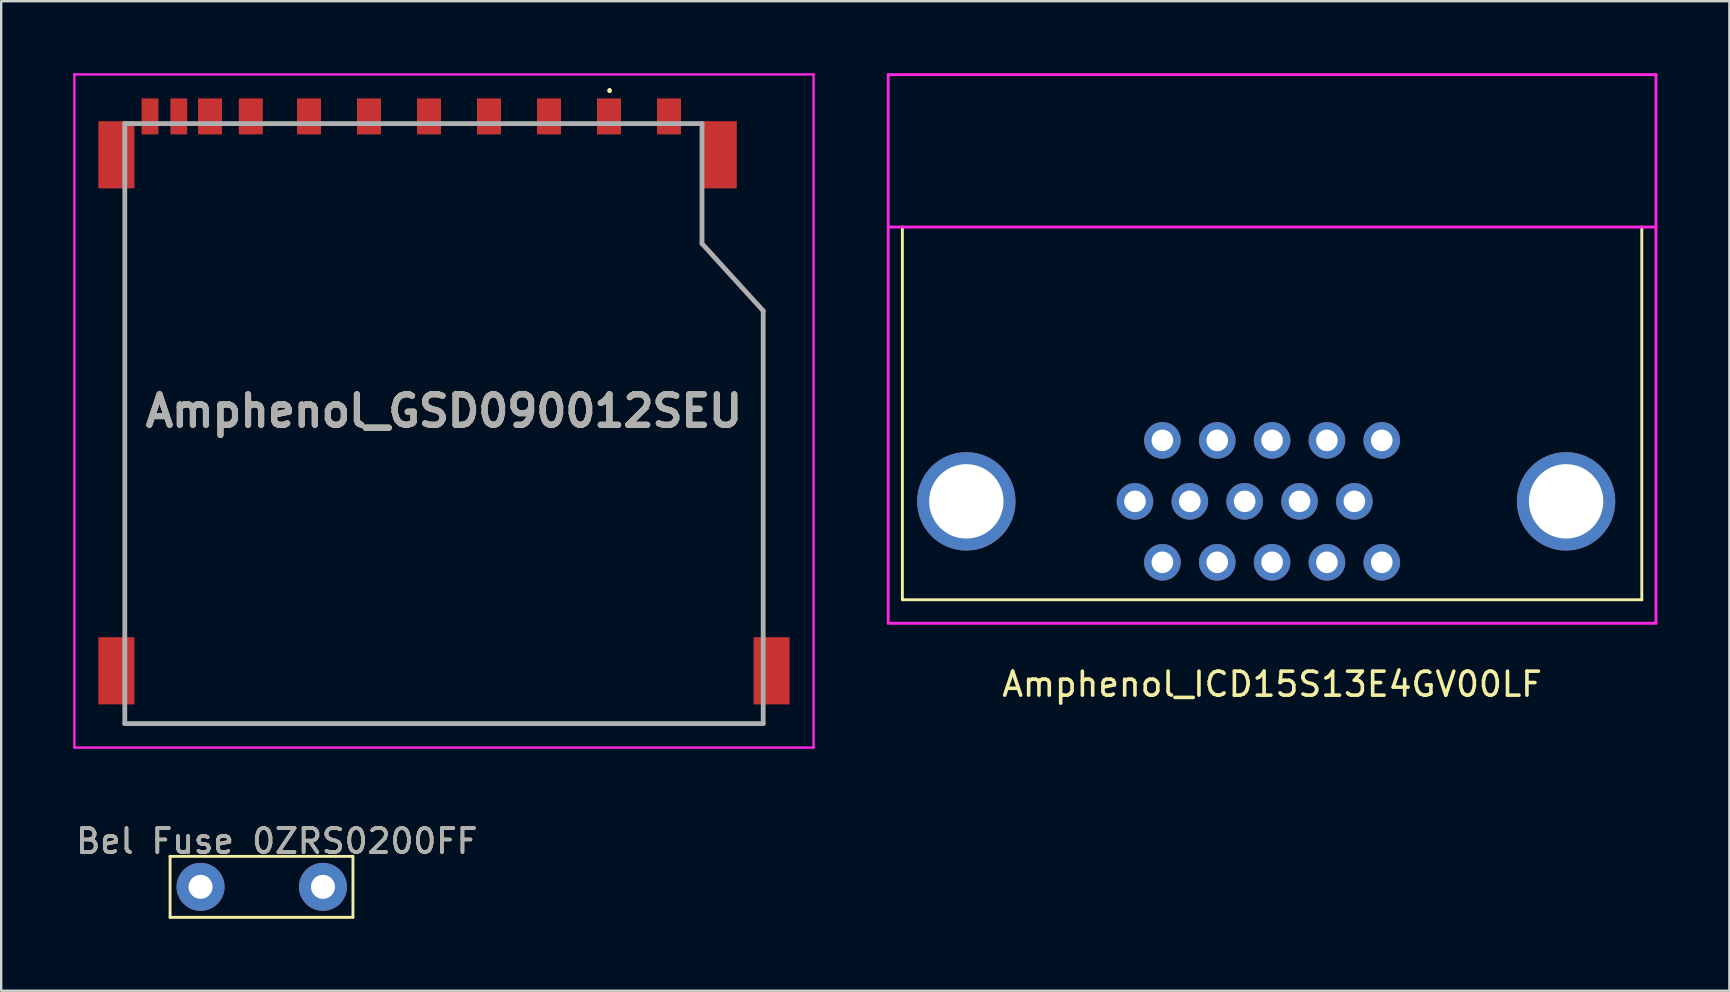
<source format=kicad_pcb>
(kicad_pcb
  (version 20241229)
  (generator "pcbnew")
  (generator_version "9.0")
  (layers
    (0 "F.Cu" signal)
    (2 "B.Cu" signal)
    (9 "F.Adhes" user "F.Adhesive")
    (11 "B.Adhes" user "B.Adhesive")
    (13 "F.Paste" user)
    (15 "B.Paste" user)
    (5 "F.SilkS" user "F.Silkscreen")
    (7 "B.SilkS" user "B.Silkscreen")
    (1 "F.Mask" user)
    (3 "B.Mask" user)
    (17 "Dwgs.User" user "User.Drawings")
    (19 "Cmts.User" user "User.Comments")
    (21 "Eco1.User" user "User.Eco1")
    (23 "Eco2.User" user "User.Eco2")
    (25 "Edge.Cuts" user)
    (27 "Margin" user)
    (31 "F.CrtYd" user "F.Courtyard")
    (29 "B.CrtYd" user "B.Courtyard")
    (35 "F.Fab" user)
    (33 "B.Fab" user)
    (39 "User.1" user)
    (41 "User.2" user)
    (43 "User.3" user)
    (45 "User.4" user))
  (footprint "Amphenol_GSD090012SEU"
    (layer "F.Cu")
    (at 15.45 14.075)
    (property "Reference" "Amphenol_GSD090012SEU" (at 0 0 0) (layer "F.SilkS") (effects (font (size 1.27 1.27) (thickness 0.254))))
    (attr through_hole)
    (fp_line (start -13.3 8.525) (end -13.3 -8.475) (stroke (width 0.1) (type solid)) (layer "F.SilkS"))
    (fp_line (start -13.3 13.025) (end -13.3 12.525) (stroke (width 0.1) (type solid)) (layer "F.SilkS"))
    (fp_line (start 6.9 -13.4) (end 6.9 -13.4) (stroke (width 0.1) (type solid)) (layer "F.SilkS"))
    (fp_line (start 6.9 -13.3) (end 6.9 -13.3) (stroke (width 0.1) (type solid)) (layer "F.SilkS"))
    (fp_line (start 10.75 -8.475) (end 10.75 -6.975) (stroke (width 0.1) (type solid)) (layer "F.SilkS"))
    (fp_line (start 10.75 -6.975) (end 13.3 -4.175) (stroke (width 0.1) (type solid)) (layer "F.SilkS"))
    (fp_line (start 13.3 -4.175) (end 13.3 8.525) (stroke (width 0.1) (type solid)) (layer "F.SilkS"))
    (fp_line (start 13.3 12.525) (end 13.3 13.025) (stroke (width 0.1) (type solid)) (layer "F.SilkS"))
    (fp_line (start 13.3 13.025) (end -13.3 13.025) (stroke (width 0.1) (type solid)) (layer "F.SilkS"))
    (fp_arc (start 6.9 -13.4) (mid 6.95 -13.35) (end 6.9 -13.3) (stroke (width 0.1) (type solid)) (layer "F.SilkS"))
    (fp_arc (start 6.9 -13.3) (mid 6.85 -13.35) (end 6.9 -13.4) (stroke (width 0.1) (type solid)) (layer "F.SilkS"))
    (fp_line (start -15.4 -14.025) (end 15.4 -14.025) (stroke (width 0.1) (type solid)) (layer "F.CrtYd"))
    (fp_line (start -15.4 14.025) (end -15.4 -14.025) (stroke (width 0.1) (type solid)) (layer "F.CrtYd"))
    (fp_line (start 15.4 -14.025) (end 15.4 14.025) (stroke (width 0.1) (type solid)) (layer "F.CrtYd"))
    (fp_line (start 15.4 14.025) (end -15.4 14.025) (stroke (width 0.1) (type solid)) (layer "F.CrtYd"))
    (fp_line (start -13.3 -11.975) (end 10.75 -11.975) (stroke (width 0.2) (type solid)) (layer "F.Fab"))
    (fp_line (start -13.3 13.025) (end -13.3 -11.975) (stroke (width 0.2) (type solid)) (layer "F.Fab"))
    (fp_line (start 10.75 -11.975) (end 10.75 -6.975) (stroke (width 0.2) (type solid)) (layer "F.Fab"))
    (fp_line (start 10.75 -6.975) (end 13.3 -4.175) (stroke (width 0.2) (type solid)) (layer "F.Fab"))
    (fp_line (start 13.3 -4.175) (end 13.3 13.025) (stroke (width 0.2) (type solid)) (layer "F.Fab"))
    (fp_line (start 13.3 13.025) (end -13.3 13.025) (stroke (width 0.2) (type solid)) (layer "F.Fab"))
    (fp_text user "${REFERENCE}" (at 0 0 0) (layer "F.Fab") (effects (font (size 1.27 1.27) (thickness 0.254))))
    (pad "" np_thru_hole circle (at -11.499 -9.475) (size 0.001 0.001) (drill 1.1) (layers "*.Cu" "*.Mask"))
    (pad "" np_thru_hole circle (at 9.501 -9.475) (size 0.001 0.001) (drill 1.6) (layers "*.Cu" "*.Mask"))
    (pad "1" smd rect (at 6.875 -12.275) (size 1 1.5) (layers "F.Cu" "F.Mask" "F.Paste"))
    (pad "2" smd rect (at 4.375 -12.275) (size 1 1.5) (layers "F.Cu" "F.Mask" "F.Paste"))
    (pad "3" smd rect (at 1.875 -12.275) (size 1 1.5) (layers "F.Cu" "F.Mask" "F.Paste"))
    (pad "4" smd rect (at -0.625 -12.275) (size 1 1.5) (layers "F.Cu" "F.Mask" "F.Paste"))
    (pad "5" smd rect (at -3.125 -12.275) (size 1 1.5) (layers "F.Cu" "F.Mask" "F.Paste"))
    (pad "6" smd rect (at -5.625 -12.275) (size 1 1.5) (layers "F.Cu" "F.Mask" "F.Paste"))
    (pad "7" smd rect (at -8.05 -12.275) (size 1 1.5) (layers "F.Cu" "F.Mask" "F.Paste"))
    (pad "8" smd rect (at -9.75 -12.275) (size 1 1.5) (layers "F.Cu" "F.Mask" "F.Paste"))
    (pad "9" smd rect (at 9.375 -12.275) (size 1 1.5) (layers "F.Cu" "F.Mask" "F.Paste"))
    (pad "10" smd rect (at -11.05 -12.275) (size 0.7 1.5) (layers "F.Cu" "F.Mask" "F.Paste"))
    (pad "11" smd rect (at -12.25 -12.275) (size 0.7 1.5) (layers "F.Cu" "F.Mask" "F.Paste"))
    (pad "MP1" smd rect (at -13.65 -10.675) (size 1.5 2.8) (layers "F.Cu" "F.Mask" "F.Paste"))
    (pad "MP2" smd rect (at 11.451 -10.675) (size 1.5 2.8) (layers "F.Cu" "F.Mask" "F.Paste"))
    (pad "MP3" smd rect (at -13.65 10.825) (size 1.5 2.8) (layers "F.Cu" "F.Mask" "F.Paste"))
    (pad "MP4" smd rect (at 13.65 10.825) (size 1.5 2.8) (layers "F.Cu" "F.Mask" "F.Paste")))
  (footprint "Amphenol_ICD15S13E4GV00LF"
    (layer "F.Cu")
    (at 49.955 17.84)
    (property "Reference" "Amphenol_ICD15S13E4GV00LF" (at 0 7.62 0) (layer "F.SilkS") (effects (font (size 1 1) (thickness 0.15))))
    (attr through_hole)
    (fp_line (start -15.405 4.1) (end -15.405 -11.43) (stroke (width 0.12) (type solid)) (layer "F.SilkS"))
    (fp_line (start -15.405 4.1) (end 15.405 4.1) (stroke (width 0.12) (type solid)) (layer "F.SilkS"))
    (fp_line (start 15.405 4.1) (end 15.405 -11.43) (stroke (width 0.12) (type solid)) (layer "F.SilkS"))
    (fp_line (start -15.995 -17.78) (end -15.995 5.08) (stroke (width 0.12) (type solid)) (layer "F.CrtYd"))
    (fp_line (start -15.995 -11.43) (end 15.995 -11.43) (stroke (width 0.12) (type solid)) (layer "F.CrtYd"))
    (fp_line (start -15.995 5.08) (end 15.995 5.08) (stroke (width 0.12) (type solid)) (layer "F.CrtYd"))
    (fp_line (start 15.995 -17.78) (end -15.995 -17.78) (stroke (width 0.12) (type solid)) (layer "F.CrtYd"))
    (fp_line (start 15.995 5.08) (end 15.995 -17.78) (stroke (width 0.12) (type solid)) (layer "F.CrtYd"))
    (pad "0" thru_hole circle (at -12.74 0 180) (size 4.1 4.1) (drill 3.1) (layers "*.Cu" "*.Mask"))
    (pad "0" thru_hole circle (at 12.25 0 180) (size 4.1 4.1) (drill 3.1) (layers "*.Cu" "*.Mask"))
    (pad "1" thru_hole circle (at -4.57 2.54 180) (size 1.524 1.524) (drill 0.9) (layers "*.Cu" "*.Mask"))
    (pad "2" thru_hole circle (at -2.285 2.54 180) (size 1.524 1.524) (drill 0.9) (layers "*.Cu" "*.Mask"))
    (pad "3" thru_hole circle (at 0 2.54 180) (size 1.524 1.524) (drill 0.9) (layers "*.Cu" "*.Mask"))
    (pad "4" thru_hole circle (at 2.285 2.54 180) (size 1.524 1.524) (drill 0.9) (layers "*.Cu" "*.Mask"))
    (pad "5" thru_hole circle (at 4.57 2.54 180) (size 1.524 1.524) (drill 0.9) (layers "*.Cu" "*.Mask"))
    (pad "6" thru_hole circle (at -5.713 0 180) (size 1.524 1.524) (drill 0.9) (layers "*.Cu" "*.Mask"))
    (pad "7" thru_hole circle (at -3.428 0 180) (size 1.524 1.524) (drill 0.9) (layers "*.Cu" "*.Mask"))
    (pad "8" thru_hole circle (at -1.143 0 180) (size 1.524 1.524) (drill 0.9) (layers "*.Cu" "*.Mask"))
    (pad "9" thru_hole circle (at 1.143 0 180) (size 1.524 1.524) (drill 0.9) (layers "*.Cu" "*.Mask"))
    (pad "10" thru_hole circle (at 3.428 0 180) (size 1.524 1.524) (drill 0.9) (layers "*.Cu" "*.Mask"))
    (pad "11" thru_hole circle (at -4.57 -2.54 180) (size 1.524 1.524) (drill 0.9) (layers "*.Cu" "*.Mask"))
    (pad "12" thru_hole circle (at -2.285 -2.54 180) (size 1.524 1.524) (drill 0.9) (layers "*.Cu" "*.Mask"))
    (pad "13" thru_hole circle (at 0 -2.54 180) (size 1.524 1.524) (drill 0.9) (layers "*.Cu" "*.Mask"))
    (pad "14" thru_hole circle (at 2.285 -2.54 180) (size 1.524 1.524) (drill 0.9) (layers "*.Cu" "*.Mask"))
    (pad "15" thru_hole circle (at 4.57 -2.54 180) (size 1.524 1.524) (drill 0.9) (layers "*.Cu" "*.Mask")))
  (footprint "Bel Fuse 0ZRS0200FF"
    (layer "F.Cu")
    (at 5.307 33.903)
    (property "Reference" "Bel Fuse 0ZRS0200FF" (at 3.175 -1.905 0) (unlocked yes) (layer "F.SilkS") (effects (font (size 1 1) (thickness 0.15))))
    (attr through_hole)
    (fp_rect (start -1.27 -1.27) (end -1.27 1.27) (stroke (width 0.12) (type solid)) (fill no) (layer "F.SilkS"))
    (fp_rect (start -1.27 1.27) (end 6.35 1.27) (stroke (width 0.12) (type solid)) (fill no) (layer "F.SilkS"))
    (fp_rect (start 6.35 -1.27) (end -1.27 -1.27) (stroke (width 0.12) (type solid)) (fill no) (layer "F.SilkS"))
    (fp_rect (start 6.35 1.27) (end 6.35 -1.27) (stroke (width 0.12) (type solid)) (fill no) (layer "F.SilkS"))
    (fp_text user "${REFERENCE}" (at 3.175 -1.905 0) (unlocked yes) (layer "F.Fab") (effects (font (size 1 1) (thickness 0.15))))
    (pad "1" thru_hole circle (at 0 0) (size 2 2) (drill 1) (layers "*.Cu" "*.Mask"))
    (pad "2" thru_hole circle (at 5.1 0) (size 2 2) (drill 1) (layers "*.Cu" "*.Mask")))
  (gr_rect
    (start -3 -3)
    (end 69.01 38.233)
    (stroke (width 0.1) (type default))
    (fill no)
    (layer "Edge.Cuts")))
</source>
